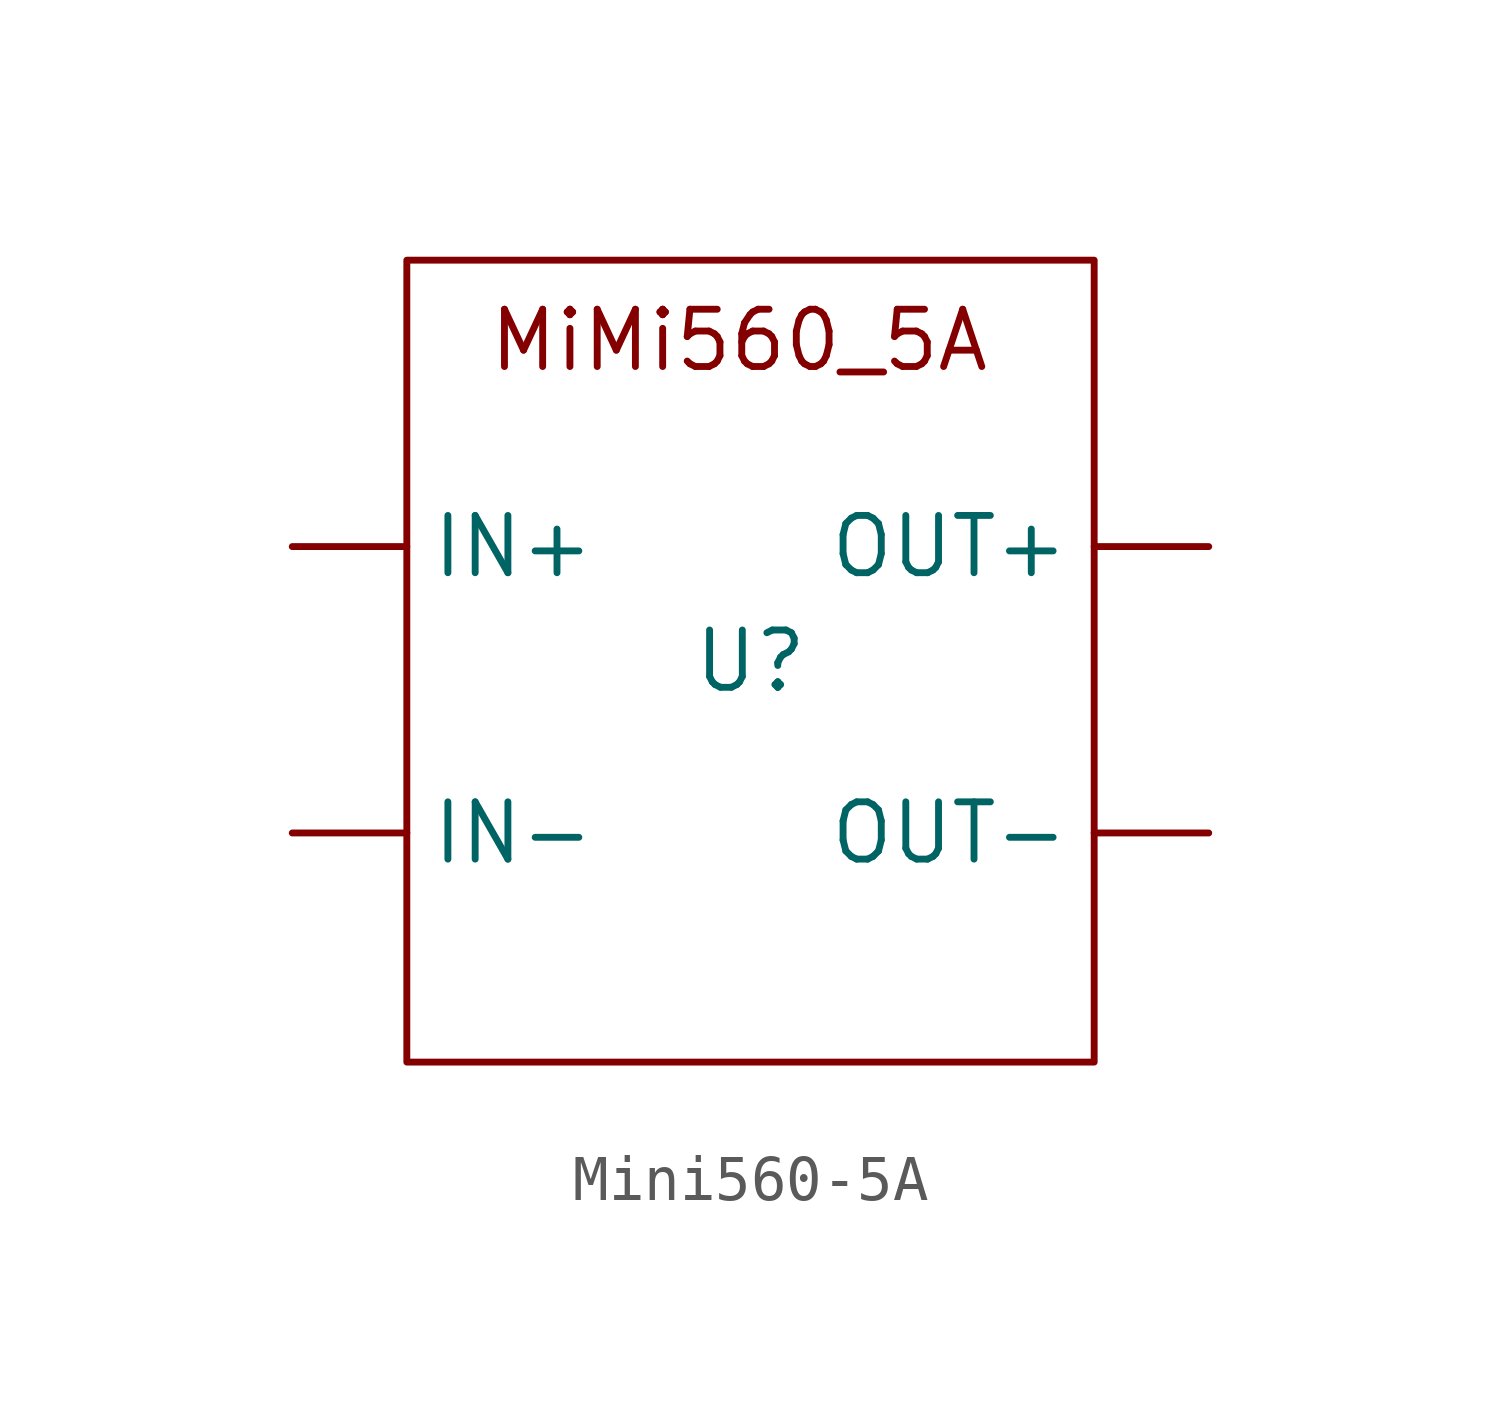
<source format=kicad_sym>
(kicad_symbol_lib
  (version 20231120)
  (generator "kicad_symbol_editor")
  (generator_version "8.0")
  (symbol "Mini560-5A"
    (property "Reference" "U"
      (at 0 0 0)
      (effects (font (size 1.27 1.27))))
    (property "Value" ""
      (at -3.81 -1.27 0)
      (effects (font (size 1.27 1.27))))
    (symbol "Mini560-5A_0_1"
      (rectangle (start -7.62 8.89) (end 7.62 -8.89) (stroke (width 0) (type default)) (fill (type none))))
    (symbol "Mini560-5A_1_1"
      (text "MiMi560_5A\n" (at -0.254 7.112 0) (effects (font (size 1.27 1.27))))
      (pin passive line (at -10.16 2.54 0) (length 2.54) (name "IN+" (effects (font (size 1.27 1.27)))) (number "" (effects (font (size 1.27 1.27)))))
      (pin passive line (at -10.16 -3.81 0) (length 2.54) (name "IN-" (effects (font (size 1.27 1.27)))) (number "" (effects (font (size 1.27 1.27)))))
      (pin passive line (at 10.16 2.54 180) (length 2.54) (name "OUT+" (effects (font (size 1.27 1.27)))) (number "" (effects (font (size 1.27 1.27)))))
      (pin passive line (at 10.16 -3.81 180) (length 2.54) (name "OUT-" (effects (font (size 1.27 1.27)))) (number "" (effects (font (size 1.27 1.27))))))))
</source>
